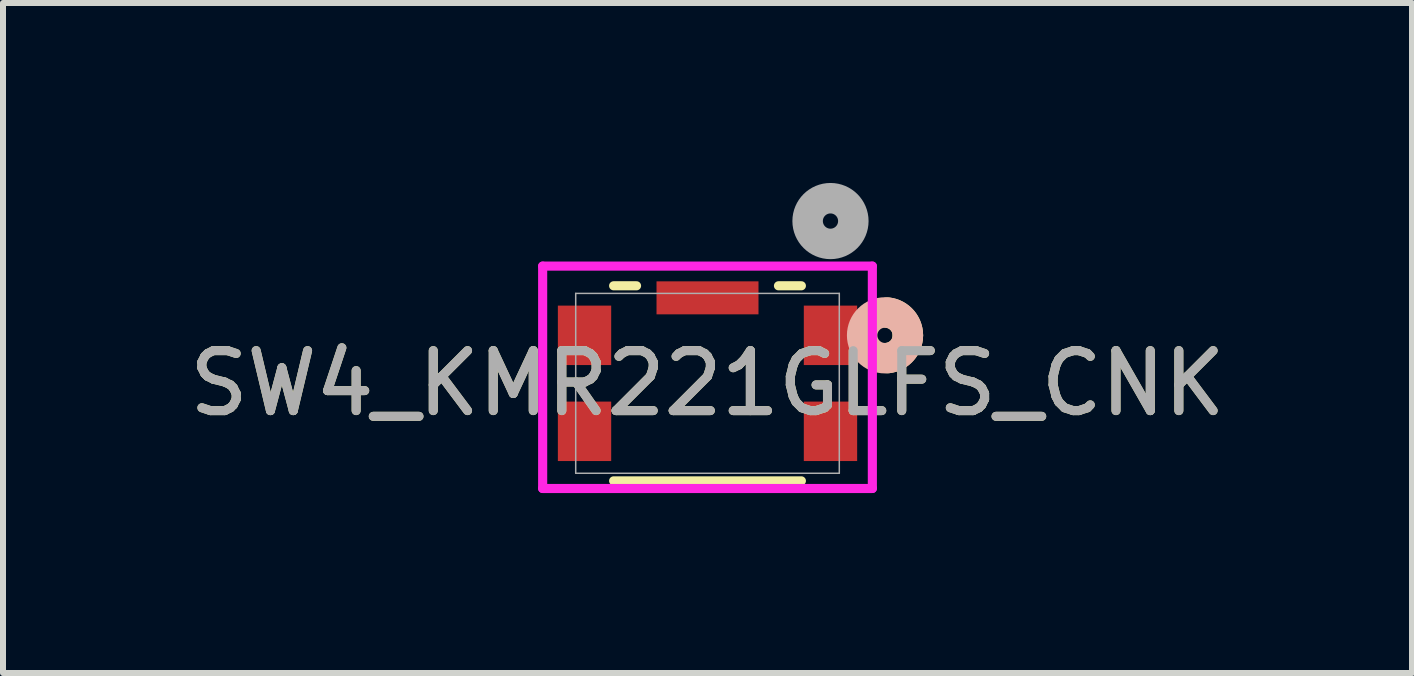
<source format=kicad_pcb>
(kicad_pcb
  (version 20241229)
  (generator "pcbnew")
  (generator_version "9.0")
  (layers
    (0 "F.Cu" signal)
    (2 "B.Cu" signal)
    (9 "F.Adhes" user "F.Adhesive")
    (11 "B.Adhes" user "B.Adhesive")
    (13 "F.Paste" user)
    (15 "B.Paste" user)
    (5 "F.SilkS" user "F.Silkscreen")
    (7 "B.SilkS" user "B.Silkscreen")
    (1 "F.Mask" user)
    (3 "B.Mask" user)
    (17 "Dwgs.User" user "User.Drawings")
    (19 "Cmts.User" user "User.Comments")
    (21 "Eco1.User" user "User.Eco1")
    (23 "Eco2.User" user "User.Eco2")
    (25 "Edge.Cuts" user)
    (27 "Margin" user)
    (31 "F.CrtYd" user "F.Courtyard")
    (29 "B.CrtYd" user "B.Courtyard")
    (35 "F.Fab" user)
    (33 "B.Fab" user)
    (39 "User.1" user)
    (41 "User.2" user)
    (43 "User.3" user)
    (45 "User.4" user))
  (footprint "SW4_KMR221GLFS_CNK"
    (layer "F.Cu")
    (at 8.744 3.34)
    (property "Reference" "SW4_KMR221GLFS_CNK" (at 0 0 0) (unlocked yes) (layer "F.SilkS") (effects (font (size 1 1) (thickness 0.15))))
    (attr smd)
    (fp_line (start -1.565 1.626) (end 1.565 1.626) (stroke (width 0.152) (type solid)) (layer "F.SilkS"))
    (fp_line (start -1.183 -1.626) (end -1.565 -1.626) (stroke (width 0.152) (type solid)) (layer "F.SilkS"))
    (fp_line (start 1.565 -1.626) (end 1.183 -1.626) (stroke (width 0.152) (type solid)) (layer "F.SilkS"))
    (fp_arc (start 3.005038 -1.178221) (mid 3.244287 -1.052645) (end 3.3401 -0.8) (stroke (width 0.508) (type solid)) (layer "F.SilkS"))
    (fp_arc (start 3.3401 -0.8) (mid 3.244287 -0.547356) (end 3.005038 -0.42178) (stroke (width 0.508) (type solid)) (layer "F.SilkS"))
    (fp_circle (center 2.959 -0.8) (end 3.34 -0.8) (stroke (width 0.508) (type solid)) (fill no) (layer "B.SilkS"))
    (fp_line (start -2.748 -1.954) (end -2.748 1.753) (stroke (width 0.152) (type solid)) (layer "F.CrtYd"))
    (fp_line (start -2.748 1.753) (end 2.748 1.753) (stroke (width 0.152) (type solid)) (layer "F.CrtYd"))
    (fp_line (start 2.748 -1.954) (end -2.748 -1.954) (stroke (width 0.152) (type solid)) (layer "F.CrtYd"))
    (fp_line (start 2.748 1.753) (end 2.748 -1.954) (stroke (width 0.152) (type solid)) (layer "F.CrtYd"))
    (fp_line (start -2.197 -1.499) (end -2.197 1.499) (stroke (width 0.025) (type solid)) (layer "F.Fab"))
    (fp_line (start -2.197 1.499) (end 2.197 1.499) (stroke (width 0.025) (type solid)) (layer "F.Fab"))
    (fp_line (start 2.197 -1.499) (end -2.197 -1.499) (stroke (width 0.025) (type solid)) (layer "F.Fab"))
    (fp_line (start 2.197 1.499) (end 2.197 -1.499) (stroke (width 0.025) (type solid)) (layer "F.Fab"))
    (fp_circle (center 2.05 -2.705) (end 2.431 -2.705) (stroke (width 0.508) (type solid)) (fill no) (layer "F.Fab"))
    (fp_text user "${REFERENCE}" (at 0 0 0) (unlocked yes) (layer "F.Fab") (effects (font (size 1 1) (thickness 0.15))))
    (pad "1" smd rect (at 2.05 -0.8) (size 0.889 0.991) (layers "F.Cu" "F.Mask" "F.Paste"))
    (pad "2" smd rect (at 2.05 0.8) (size 0.889 0.991) (layers "F.Cu" "F.Mask" "F.Paste"))
    (pad "3" smd rect (at -2.05 0.8) (size 0.889 0.991) (layers "F.Cu" "F.Mask" "F.Paste"))
    (pad "4" smd rect (at -2.05 -0.8) (size 0.889 0.991) (layers "F.Cu" "F.Mask" "F.Paste"))
    (pad "5" smd rect (at 0 -1.425) (size 1.7 0.55) (layers "F.Cu" "F.Mask" "F.Paste")))
  (gr_rect
    (start -3 -3)
    (end 20.488 8.169)
    (stroke (width 0.1) (type default))
    (fill no)
    (layer "Edge.Cuts")))
</source>
